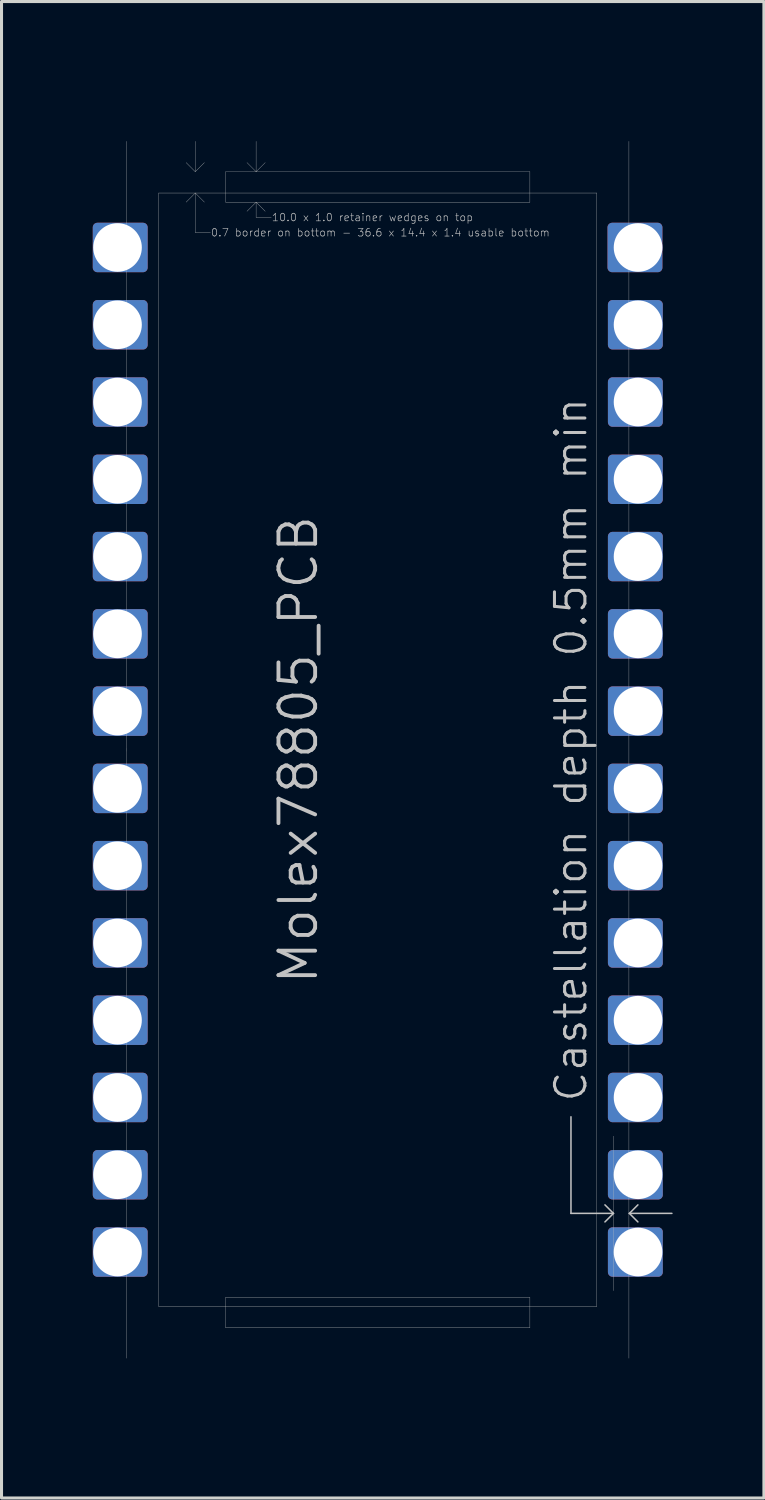
<source format=kicad_pcb>
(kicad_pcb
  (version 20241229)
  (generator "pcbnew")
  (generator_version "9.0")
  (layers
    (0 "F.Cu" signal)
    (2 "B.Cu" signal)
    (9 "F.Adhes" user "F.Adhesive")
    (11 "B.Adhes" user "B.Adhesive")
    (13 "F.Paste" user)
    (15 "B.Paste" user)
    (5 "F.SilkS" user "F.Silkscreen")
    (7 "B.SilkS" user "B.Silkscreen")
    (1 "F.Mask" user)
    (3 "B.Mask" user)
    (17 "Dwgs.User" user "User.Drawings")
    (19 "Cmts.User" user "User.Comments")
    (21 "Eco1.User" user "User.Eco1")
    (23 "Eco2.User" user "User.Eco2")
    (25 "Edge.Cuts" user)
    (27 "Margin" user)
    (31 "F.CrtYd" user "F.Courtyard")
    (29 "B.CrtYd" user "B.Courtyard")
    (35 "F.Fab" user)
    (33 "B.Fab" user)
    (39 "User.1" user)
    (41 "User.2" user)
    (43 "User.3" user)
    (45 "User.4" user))
  (footprint "Molex78805_PCB"
    (layer "F.Cu")
    (at 9.368 21.595)
    (property "Reference" "Molex78805_PCB" (at -1.905 0 270) (layer "Dwgs.User") (effects (font (size 1.206 1.206) (thickness 0.127)) (justify bottom)))
    (attr exclude_from_pos_files exclude_from_bom)
    (fp_poly (pts (xy -7.717 -15.85) (xy -9.216 -15.85) (xy -9.216 -17.17) (xy -7.717 -17.17)) (stroke (width 0.305) (type solid)) (fill yes) (layer "F.Cu"))
    (fp_poly (pts (xy -7.717 -13.31) (xy -9.216 -13.31) (xy -9.216 -14.63) (xy -7.717 -14.63)) (stroke (width 0.305) (type solid)) (fill yes) (layer "F.Cu"))
    (fp_poly (pts (xy -7.717 -10.77) (xy -9.216 -10.77) (xy -9.216 -12.09) (xy -7.717 -12.09)) (stroke (width 0.305) (type solid)) (fill yes) (layer "F.Cu"))
    (fp_poly (pts (xy -7.717 -8.23) (xy -9.216 -8.23) (xy -9.216 -9.55) (xy -7.717 -9.55)) (stroke (width 0.305) (type solid)) (fill yes) (layer "F.Cu"))
    (fp_poly (pts (xy -7.717 -5.69) (xy -9.216 -5.69) (xy -9.216 -7.01) (xy -7.717 -7.01)) (stroke (width 0.305) (type solid)) (fill yes) (layer "F.Cu"))
    (fp_poly (pts (xy -7.717 -3.15) (xy -9.216 -3.15) (xy -9.216 -4.47) (xy -7.717 -4.47)) (stroke (width 0.305) (type solid)) (fill yes) (layer "F.Cu"))
    (fp_poly (pts (xy -7.717 -0.61) (xy -9.216 -0.61) (xy -9.216 -1.93) (xy -7.717 -1.93)) (stroke (width 0.305) (type solid)) (fill yes) (layer "F.Cu"))
    (fp_poly (pts (xy -7.717 1.93) (xy -9.216 1.93) (xy -9.216 0.61) (xy -7.717 0.61)) (stroke (width 0.305) (type solid)) (fill yes) (layer "F.Cu"))
    (fp_poly (pts (xy -7.717 4.47) (xy -9.216 4.47) (xy -9.216 3.15) (xy -7.717 3.15)) (stroke (width 0.305) (type solid)) (fill yes) (layer "F.Cu"))
    (fp_poly (pts (xy -7.717 7.01) (xy -9.216 7.01) (xy -9.216 5.69) (xy -7.717 5.69)) (stroke (width 0.305) (type solid)) (fill yes) (layer "F.Cu"))
    (fp_poly (pts (xy -7.717 9.55) (xy -9.216 9.55) (xy -9.216 8.23) (xy -7.717 8.23)) (stroke (width 0.305) (type solid)) (fill yes) (layer "F.Cu"))
    (fp_poly (pts (xy -7.717 12.09) (xy -9.216 12.09) (xy -9.216 10.77) (xy -7.717 10.77)) (stroke (width 0.305) (type solid)) (fill yes) (layer "F.Cu"))
    (fp_poly (pts (xy -7.717 14.63) (xy -9.216 14.63) (xy -9.216 13.31) (xy -7.717 13.31)) (stroke (width 0.305) (type solid)) (fill yes) (layer "F.Cu"))
    (fp_poly (pts (xy -7.717 17.17) (xy -9.216 17.17) (xy -9.216 15.85) (xy -7.717 15.85)) (stroke (width 0.305) (type solid)) (fill yes) (layer "F.Cu"))
    (fp_poly (pts (xy 9.203 -15.85) (xy 7.704 -15.85) (xy 7.704 -17.17) (xy 9.203 -17.17)) (stroke (width 0.305) (type solid)) (fill yes) (layer "F.Cu"))
    (fp_poly (pts (xy 9.216 -13.31) (xy 7.717 -13.31) (xy 7.717 -14.63) (xy 9.216 -14.63)) (stroke (width 0.305) (type solid)) (fill yes) (layer "F.Cu"))
    (fp_poly (pts (xy 9.216 -10.77) (xy 7.717 -10.77) (xy 7.717 -12.09) (xy 9.216 -12.09)) (stroke (width 0.305) (type solid)) (fill yes) (layer "F.Cu"))
    (fp_poly (pts (xy 9.216 -8.23) (xy 7.717 -8.23) (xy 7.717 -9.55) (xy 9.216 -9.55)) (stroke (width 0.305) (type solid)) (fill yes) (layer "F.Cu"))
    (fp_poly (pts (xy 9.216 -5.69) (xy 7.717 -5.69) (xy 7.717 -7.01) (xy 9.216 -7.01)) (stroke (width 0.305) (type solid)) (fill yes) (layer "F.Cu"))
    (fp_poly (pts (xy 9.216 -3.15) (xy 7.717 -3.15) (xy 7.717 -4.47) (xy 9.216 -4.47)) (stroke (width 0.305) (type solid)) (fill yes) (layer "F.Cu"))
    (fp_poly (pts (xy 9.216 -0.61) (xy 7.717 -0.61) (xy 7.717 -1.93) (xy 9.216 -1.93)) (stroke (width 0.305) (type solid)) (fill yes) (layer "F.Cu"))
    (fp_poly (pts (xy 9.216 1.93) (xy 7.717 1.93) (xy 7.717 0.61) (xy 9.216 0.61)) (stroke (width 0.305) (type solid)) (fill yes) (layer "F.Cu"))
    (fp_poly (pts (xy 9.216 4.47) (xy 7.717 4.47) (xy 7.717 3.15) (xy 9.216 3.15)) (stroke (width 0.305) (type solid)) (fill yes) (layer "F.Cu"))
    (fp_poly (pts (xy 9.216 7.01) (xy 7.717 7.01) (xy 7.717 5.69) (xy 9.216 5.69)) (stroke (width 0.305) (type solid)) (fill yes) (layer "F.Cu"))
    (fp_poly (pts (xy 9.216 9.55) (xy 7.717 9.55) (xy 7.717 8.23) (xy 9.216 8.23)) (stroke (width 0.305) (type solid)) (fill yes) (layer "F.Cu"))
    (fp_poly (pts (xy 9.216 12.09) (xy 7.717 12.09) (xy 7.717 10.77) (xy 9.216 10.77)) (stroke (width 0.305) (type solid)) (fill yes) (layer "F.Cu"))
    (fp_poly (pts (xy 9.216 14.63) (xy 7.717 14.63) (xy 7.717 13.31) (xy 9.216 13.31)) (stroke (width 0.305) (type solid)) (fill yes) (layer "F.Cu"))
    (fp_poly (pts (xy 9.216 17.17) (xy 7.717 17.17) (xy 7.717 15.85) (xy 9.216 15.85)) (stroke (width 0.305) (type solid)) (fill yes) (layer "F.Cu"))
    (fp_poly (pts (xy -7.717 -15.85) (xy -9.216 -15.85) (xy -9.216 -17.17) (xy -7.717 -17.17)) (stroke (width 0.305) (type solid)) (fill yes) (layer "B.Cu"))
    (fp_poly (pts (xy -7.717 -14.63) (xy -9.216 -14.63) (xy -9.216 -13.31) (xy -7.717 -13.31)) (stroke (width 0.305) (type solid)) (fill yes) (layer "B.Cu"))
    (fp_poly (pts (xy -7.717 -12.09) (xy -9.216 -12.09) (xy -9.216 -10.77) (xy -7.717 -10.77)) (stroke (width 0.305) (type solid)) (fill yes) (layer "B.Cu"))
    (fp_poly (pts (xy -7.717 -9.55) (xy -9.216 -9.55) (xy -9.216 -8.23) (xy -7.717 -8.23)) (stroke (width 0.305) (type solid)) (fill yes) (layer "B.Cu"))
    (fp_poly (pts (xy -7.717 -7.01) (xy -9.216 -7.01) (xy -9.216 -5.69) (xy -7.717 -5.69)) (stroke (width 0.305) (type solid)) (fill yes) (layer "B.Cu"))
    (fp_poly (pts (xy -7.717 -4.47) (xy -9.216 -4.47) (xy -9.216 -3.15) (xy -7.717 -3.15)) (stroke (width 0.305) (type solid)) (fill yes) (layer "B.Cu"))
    (fp_poly (pts (xy -7.717 -1.93) (xy -9.216 -1.93) (xy -9.216 -0.61) (xy -7.717 -0.61)) (stroke (width 0.305) (type solid)) (fill yes) (layer "B.Cu"))
    (fp_poly (pts (xy -7.717 0.61) (xy -9.216 0.61) (xy -9.216 1.93) (xy -7.717 1.93)) (stroke (width 0.305) (type solid)) (fill yes) (layer "B.Cu"))
    (fp_poly (pts (xy -7.717 3.15) (xy -9.216 3.15) (xy -9.216 4.47) (xy -7.717 4.47)) (stroke (width 0.305) (type solid)) (fill yes) (layer "B.Cu"))
    (fp_poly (pts (xy -7.717 5.69) (xy -9.216 5.69) (xy -9.216 7.01) (xy -7.717 7.01)) (stroke (width 0.305) (type solid)) (fill yes) (layer "B.Cu"))
    (fp_poly (pts (xy -7.717 8.23) (xy -9.216 8.23) (xy -9.216 9.55) (xy -7.717 9.55)) (stroke (width 0.305) (type solid)) (fill yes) (layer "B.Cu"))
    (fp_poly (pts (xy -7.717 10.77) (xy -9.216 10.77) (xy -9.216 12.09) (xy -7.717 12.09)) (stroke (width 0.305) (type solid)) (fill yes) (layer "B.Cu"))
    (fp_poly (pts (xy -7.717 13.31) (xy -9.216 13.31) (xy -9.216 14.63) (xy -7.717 14.63)) (stroke (width 0.305) (type solid)) (fill yes) (layer "B.Cu"))
    (fp_poly (pts (xy -7.717 15.85) (xy -9.216 15.85) (xy -9.216 17.17) (xy -7.717 17.17)) (stroke (width 0.305) (type solid)) (fill yes) (layer "B.Cu"))
    (fp_poly (pts (xy 9.203 -15.85) (xy 7.704 -15.85) (xy 7.704 -17.17) (xy 9.203 -17.17)) (stroke (width 0.305) (type solid)) (fill yes) (layer "B.Cu"))
    (fp_poly (pts (xy 9.216 -14.63) (xy 7.717 -14.63) (xy 7.717 -13.31) (xy 9.216 -13.31)) (stroke (width 0.305) (type solid)) (fill yes) (layer "B.Cu"))
    (fp_poly (pts (xy 9.216 -12.09) (xy 7.717 -12.09) (xy 7.717 -10.77) (xy 9.216 -10.77)) (stroke (width 0.305) (type solid)) (fill yes) (layer "B.Cu"))
    (fp_poly (pts (xy 9.216 -9.55) (xy 7.717 -9.55) (xy 7.717 -8.23) (xy 9.216 -8.23)) (stroke (width 0.305) (type solid)) (fill yes) (layer "B.Cu"))
    (fp_poly (pts (xy 9.216 -7.01) (xy 7.717 -7.01) (xy 7.717 -5.69) (xy 9.216 -5.69)) (stroke (width 0.305) (type solid)) (fill yes) (layer "B.Cu"))
    (fp_poly (pts (xy 9.216 -4.47) (xy 7.717 -4.47) (xy 7.717 -3.15) (xy 9.216 -3.15)) (stroke (width 0.305) (type solid)) (fill yes) (layer "B.Cu"))
    (fp_poly (pts (xy 9.216 -1.93) (xy 7.717 -1.93) (xy 7.717 -0.61) (xy 9.216 -0.61)) (stroke (width 0.305) (type solid)) (fill yes) (layer "B.Cu"))
    (fp_poly (pts (xy 9.216 0.61) (xy 7.717 0.61) (xy 7.717 1.93) (xy 9.216 1.93)) (stroke (width 0.305) (type solid)) (fill yes) (layer "B.Cu"))
    (fp_poly (pts (xy 9.216 3.15) (xy 7.717 3.15) (xy 7.717 4.47) (xy 9.216 4.47)) (stroke (width 0.305) (type solid)) (fill yes) (layer "B.Cu"))
    (fp_poly (pts (xy 9.216 5.69) (xy 7.717 5.69) (xy 7.717 7.01) (xy 9.216 7.01)) (stroke (width 0.305) (type solid)) (fill yes) (layer "B.Cu"))
    (fp_poly (pts (xy 9.216 8.23) (xy 7.717 8.23) (xy 7.717 9.55) (xy 9.216 9.55)) (stroke (width 0.305) (type solid)) (fill yes) (layer "B.Cu"))
    (fp_poly (pts (xy 9.216 10.77) (xy 7.717 10.77) (xy 7.717 12.09) (xy 9.216 12.09)) (stroke (width 0.305) (type solid)) (fill yes) (layer "B.Cu"))
    (fp_poly (pts (xy 9.216 13.31) (xy 7.717 13.31) (xy 7.717 14.63) (xy 9.216 14.63)) (stroke (width 0.305) (type solid)) (fill yes) (layer "B.Cu"))
    (fp_poly (pts (xy 9.216 15.85) (xy 7.717 15.85) (xy 7.717 17.17) (xy 9.216 17.17)) (stroke (width 0.305) (type solid)) (fill yes) (layer "B.Cu"))
    (fp_line (start -8.255 -20) (end -8.255 20) (stroke (width 0.01) (type solid)) (layer "Dwgs.User"))
    (fp_line (start -8.255 0.051) (end -8.255 -0.051) (stroke (width 0.002) (type solid)) (layer "Dwgs.User"))
    (fp_line (start -7.506 16.485) (end -7.506 16.535) (stroke (width 0.001) (type solid)) (layer "Dwgs.User"))
    (fp_line (start -7.2 -18.3) (end -7.2 18.3) (stroke (width 0.01) (type solid)) (layer "Dwgs.User"))
    (fp_line (start -7.2 -18.3) (end 7.2 -18.3) (stroke (width 0.01) (type solid)) (layer "Dwgs.User"))
    (fp_line (start -7.2 18.3) (end 7.2 18.3) (stroke (width 0.01) (type solid)) (layer "Dwgs.User"))
    (fp_line (start -6 -19) (end -6.3 -19.3) (stroke (width 0.01) (type solid)) (layer "Dwgs.User"))
    (fp_line (start -6 -19) (end -6 -20) (stroke (width 0.01) (type solid)) (layer "Dwgs.User"))
    (fp_line (start -6 -19) (end -5.7 -19.3) (stroke (width 0.01) (type solid)) (layer "Dwgs.User"))
    (fp_line (start -6 -18.3) (end -6.3 -18) (stroke (width 0.01) (type solid)) (layer "Dwgs.User"))
    (fp_line (start -6 -18.3) (end -6 -17) (stroke (width 0.01) (type solid)) (layer "Dwgs.User"))
    (fp_line (start -6 -18.3) (end -5.7 -18) (stroke (width 0.01) (type solid)) (layer "Dwgs.User"))
    (fp_line (start -6 -17) (end -5.5 -17) (stroke (width 0.01) (type solid)) (layer "Dwgs.User"))
    (fp_line (start -5 -19) (end -5 -18) (stroke (width 0.01) (type solid)) (layer "Dwgs.User"))
    (fp_line (start -5 -18) (end 5 -18) (stroke (width 0.01) (type solid)) (layer "Dwgs.User"))
    (fp_line (start -5 18) (end -5 19) (stroke (width 0.01) (type solid)) (layer "Dwgs.User"))
    (fp_line (start -5 18) (end 5 18) (stroke (width 0.01) (type solid)) (layer "Dwgs.User"))
    (fp_line (start -5 19) (end 5 19) (stroke (width 0.01) (type solid)) (layer "Dwgs.User"))
    (fp_line (start -4 -19) (end -4.3 -19.3) (stroke (width 0.01) (type solid)) (layer "Dwgs.User"))
    (fp_line (start -4 -19) (end -4 -20) (stroke (width 0.01) (type solid)) (layer "Dwgs.User"))
    (fp_line (start -4 -19) (end -3.7 -19.3) (stroke (width 0.01) (type solid)) (layer "Dwgs.User"))
    (fp_line (start -4 -18) (end -4.3 -17.7) (stroke (width 0.01) (type solid)) (layer "Dwgs.User"))
    (fp_line (start -4 -18) (end -4 -17.5) (stroke (width 0.01) (type solid)) (layer "Dwgs.User"))
    (fp_line (start -4 -18) (end -3.7 -17.7) (stroke (width 0.01) (type solid)) (layer "Dwgs.User"))
    (fp_line (start -4 -17.5) (end -3.5 -17.5) (stroke (width 0.01) (type solid)) (layer "Dwgs.User"))
    (fp_line (start 5 -19) (end -5 -19) (stroke (width 0.01) (type solid)) (layer "Dwgs.User"))
    (fp_line (start 5 -18) (end 5 -19) (stroke (width 0.01) (type solid)) (layer "Dwgs.User"))
    (fp_line (start 5 19) (end 5 18) (stroke (width 0.01) (type solid)) (layer "Dwgs.User"))
    (fp_line (start 6.35 12.065) (end 6.35 15.24) (stroke (width 0.05) (type solid)) (layer "Dwgs.User"))
    (fp_line (start 6.35 15.24) (end 7.747 15.24) (stroke (width 0.05) (type solid)) (layer "Dwgs.User"))
    (fp_line (start 7.2 -18.3) (end 7.2 18.3) (stroke (width 0.01) (type solid)) (layer "Dwgs.User"))
    (fp_line (start 7.467 14.96) (end 7.747 15.24) (stroke (width 0.05) (type solid)) (layer "Dwgs.User"))
    (fp_line (start 7.747 15.24) (end 7.467 15.52) (stroke (width 0.05) (type solid)) (layer "Dwgs.User"))
    (fp_line (start 7.757 17.78) (end 7.757 12.7) (stroke (width 0.01) (type solid)) (layer "Dwgs.User"))
    (fp_line (start 8.255 -20) (end 8.255 20) (stroke (width 0.01) (type solid)) (layer "Dwgs.User"))
    (fp_line (start 8.27 15.24) (end 8.55 15.52) (stroke (width 0.05) (type solid)) (layer "Dwgs.User"))
    (fp_line (start 8.27 15.24) (end 9.667 15.24) (stroke (width 0.05) (type solid)) (layer "Dwgs.User"))
    (fp_line (start 8.55 14.96) (end 8.27 15.24) (stroke (width 0.05) (type solid)) (layer "Dwgs.User"))
    (fp_line (start -8.26 -19.05) (end -0.762 -19.05) (stroke (width 0.01) (type solid)) (layer "Eco1.User"))
    (fp_line (start -8.26 19.05) (end -8.26 -19.05) (stroke (width 0.01) (type solid)) (layer "Eco1.User"))
    (fp_line (start -8.26 19.05) (end -4.559 19.05) (stroke (width 0.01) (type solid)) (layer "Eco1.User"))
    (fp_line (start -4.559 19.05) (end -4.559 21.59) (stroke (width 0.01) (type solid)) (layer "Eco1.User"))
    (fp_line (start -4.559 21.59) (end -3.035 21.59) (stroke (width 0.01) (type solid)) (layer "Eco1.User"))
    (fp_line (start -3.035 21.59) (end -3.035 19.05) (stroke (width 0.01) (type solid)) (layer "Eco1.User"))
    (fp_line (start -0.762 -21.59) (end 0.762 -21.59) (stroke (width 0.01) (type solid)) (layer "Eco1.User"))
    (fp_line (start -0.762 -19.05) (end -0.762 -21.59) (stroke (width 0.01) (type solid)) (layer "Eco1.User"))
    (fp_line (start 0.762 -21.59) (end 0.762 -19.05) (stroke (width 0.01) (type solid)) (layer "Eco1.User"))
    (fp_line (start 0.762 -19.05) (end 8.26 -19.05) (stroke (width 0.01) (type solid)) (layer "Eco1.User"))
    (fp_line (start 3.035 19.05) (end -3.035 19.05) (stroke (width 0.01) (type solid)) (layer "Eco1.User"))
    (fp_line (start 3.035 21.59) (end 3.035 19.05) (stroke (width 0.01) (type solid)) (layer "Eco1.User"))
    (fp_line (start 4.559 19.05) (end 4.559 21.59) (stroke (width 0.01) (type solid)) (layer "Eco1.User"))
    (fp_line (start 4.559 19.05) (end 8.26 19.05) (stroke (width 0.01) (type solid)) (layer "Eco1.User"))
    (fp_line (start 4.559 21.59) (end 3.035 21.59) (stroke (width 0.01) (type solid)) (layer "Eco1.User"))
    (fp_line (start 8.26 19.05) (end 8.26 -19.05) (stroke (width 0.01) (type solid)) (layer "Eco1.User"))
    (fp_line (start -8.26 17.49) (end -8.26 -16.94) (stroke (width 0.01) (type solid)) (layer "Eco2.User"))
    (fp_line (start -8 17.75) (end -8.26 17.49) (stroke (width 0.01) (type solid)) (layer "Eco2.User"))
    (fp_line (start -8 19) (end -8 17.75) (stroke (width 0.01) (type solid)) (layer "Eco2.User"))
    (fp_line (start -8 19) (end 8 19) (stroke (width 0.01) (type solid)) (layer "Eco2.User"))
    (fp_line (start -6.2 -19) (end -8.26 -16.94) (stroke (width 0.01) (type solid)) (layer "Eco2.User"))
    (fp_line (start 8 -19) (end -6.2 -19) (stroke (width 0.01) (type solid)) (layer "Eco2.User"))
    (fp_line (start 8 -17.75) (end 8 -19) (stroke (width 0.01) (type solid)) (layer "Eco2.User"))
    (fp_line (start 8 17.75) (end 8.26 17.49) (stroke (width 0.01) (type solid)) (layer "Eco2.User"))
    (fp_line (start 8 19) (end 8 17.75) (stroke (width 0.01) (type solid)) (layer "Eco2.User"))
    (fp_line (start 8.26 -17.49) (end 8 -17.75) (stroke (width 0.01) (type solid)) (layer "Eco2.User"))
    (fp_line (start 8.26 17.49) (end 8.26 -17.49) (stroke (width 0.01) (type solid)) (layer "Eco2.User"))
    (fp_text user "10.0 x 1.0 retainer wedges on top" (at -3.5 -17.5 0) (layer "Dwgs.User") (effects (font (size 0.25 0.25) (thickness 0.02)) (justify left)))
    (fp_text user "0.7 border on bottom - 36.6 x 14.4 x 1.4 usable bottom" (at -5.5 -17 0) (layer "Dwgs.User") (effects (font (size 0.25 0.25) (thickness 0.02)) (justify left)))
    (fp_text user "Castellation depth 0.5mm min" (at 6.35 0 270) (layer "Dwgs.User") (effects (font (size 1 1) (thickness 0.1))))
    (fp_text user "Eco1.User is Edge.Cuts for use without carrier." (at -4.445 0 270) (layer "Eco1.User") (effects (font (size 0.8 0.8) (thickness 0.05))))
    (fp_text user "Board outline: 0.01mm grid, copy Eco2.User" (at -6 0 270) (layer "Eco2.User") (effects (font (size 1 1) (thickness 0.1))))
    (pad "1" thru_hole circle (at -8.555 -16.51) (size 1.6 1.6) (drill 1.598) (layers "*.Cu" "*.Mask"))
    (pad "2" thru_hole circle (at -8.555 -13.97) (size 1.6 1.6) (drill 1.598) (layers "*.Cu" "*.Mask"))
    (pad "3" thru_hole circle (at -8.555 -11.43) (size 1.6 1.6) (drill 1.598) (layers "*.Cu" "*.Mask"))
    (pad "4" thru_hole circle (at -8.555 -8.89) (size 1.6 1.6) (drill 1.598) (layers "*.Cu" "*.Mask"))
    (pad "5" thru_hole circle (at -8.555 -6.35) (size 1.6 1.6) (drill 1.598) (layers "*.Cu" "*.Mask"))
    (pad "6" thru_hole circle (at -8.555 -3.81) (size 1.6 1.6) (drill 1.598) (layers "*.Cu" "*.Mask"))
    (pad "7" thru_hole circle (at -8.555 -1.27) (size 1.6 1.6) (drill 1.598) (layers "*.Cu" "*.Mask"))
    (pad "8" thru_hole circle (at -8.555 1.27) (size 1.6 1.6) (drill 1.598) (layers "*.Cu" "*.Mask"))
    (pad "9" thru_hole circle (at -8.555 3.81) (size 1.6 1.6) (drill 1.598) (layers "*.Cu" "*.Mask"))
    (pad "10" thru_hole circle (at -8.555 6.35) (size 1.6 1.6) (drill 1.598) (layers "*.Cu" "*.Mask"))
    (pad "11" thru_hole circle (at -8.555 8.89) (size 1.6 1.6) (drill 1.598) (layers "*.Cu" "*.Mask"))
    (pad "12" thru_hole circle (at -8.555 11.43) (size 1.6 1.6) (drill 1.598) (layers "*.Cu" "*.Mask"))
    (pad "13" thru_hole circle (at -8.555 13.97) (size 1.6 1.6) (drill 1.598) (layers "*.Cu" "*.Mask"))
    (pad "14" thru_hole circle (at -8.555 16.51) (size 1.6 1.6) (drill 1.598) (layers "*.Cu" "*.Mask"))
    (pad "15" thru_hole circle (at 8.555 16.51 180) (size 1.6 1.6) (drill 1.598) (layers "*.Cu" "*.Mask"))
    (pad "16" thru_hole circle (at 8.555 13.97 180) (size 1.6 1.6) (drill 1.598) (layers "*.Cu" "*.Mask"))
    (pad "17" thru_hole circle (at 8.555 11.43 180) (size 1.6 1.6) (drill 1.598) (layers "*.Cu" "*.Mask"))
    (pad "18" thru_hole circle (at 8.555 8.89 180) (size 1.6 1.6) (drill 1.598) (layers "*.Cu" "*.Mask"))
    (pad "19" thru_hole circle (at 8.555 6.35 180) (size 1.6 1.6) (drill 1.598) (layers "*.Cu" "*.Mask"))
    (pad "20" thru_hole circle (at 8.555 3.81 180) (size 1.6 1.6) (drill 1.598) (layers "*.Cu" "*.Mask"))
    (pad "21" thru_hole circle (at 8.555 1.27 180) (size 1.6 1.6) (drill 1.598) (layers "*.Cu" "*.Mask"))
    (pad "22" thru_hole circle (at 8.555 -1.27 180) (size 1.6 1.6) (drill 1.598) (layers "*.Cu" "*.Mask"))
    (pad "23" thru_hole circle (at 8.555 -3.81 180) (size 1.6 1.6) (drill 1.598) (layers "*.Cu" "*.Mask"))
    (pad "24" thru_hole circle (at 8.555 -6.35 180) (size 1.6 1.6) (drill 1.598) (layers "*.Cu" "*.Mask"))
    (pad "25" thru_hole circle (at 8.555 -8.89 180) (size 1.6 1.6) (drill 1.598) (layers "*.Cu" "*.Mask"))
    (pad "26" thru_hole circle (at 8.555 -11.43 180) (size 1.6 1.6) (drill 1.598) (layers "*.Cu" "*.Mask"))
    (pad "27" thru_hole circle (at 8.555 -13.97 180) (size 1.6 1.6) (drill 1.598) (layers "*.Cu" "*.Mask"))
    (pad "28" thru_hole circle (at 8.555 -16.51 180) (size 1.6 1.6) (drill 1.598) (layers "*.Cu" "*.Mask")))
  (gr_rect
    (start -3 -3)
    (end 22.06 46.19)
    (stroke (width 0.1) (type default))
    (fill no)
    (layer "Edge.Cuts")))
</source>
